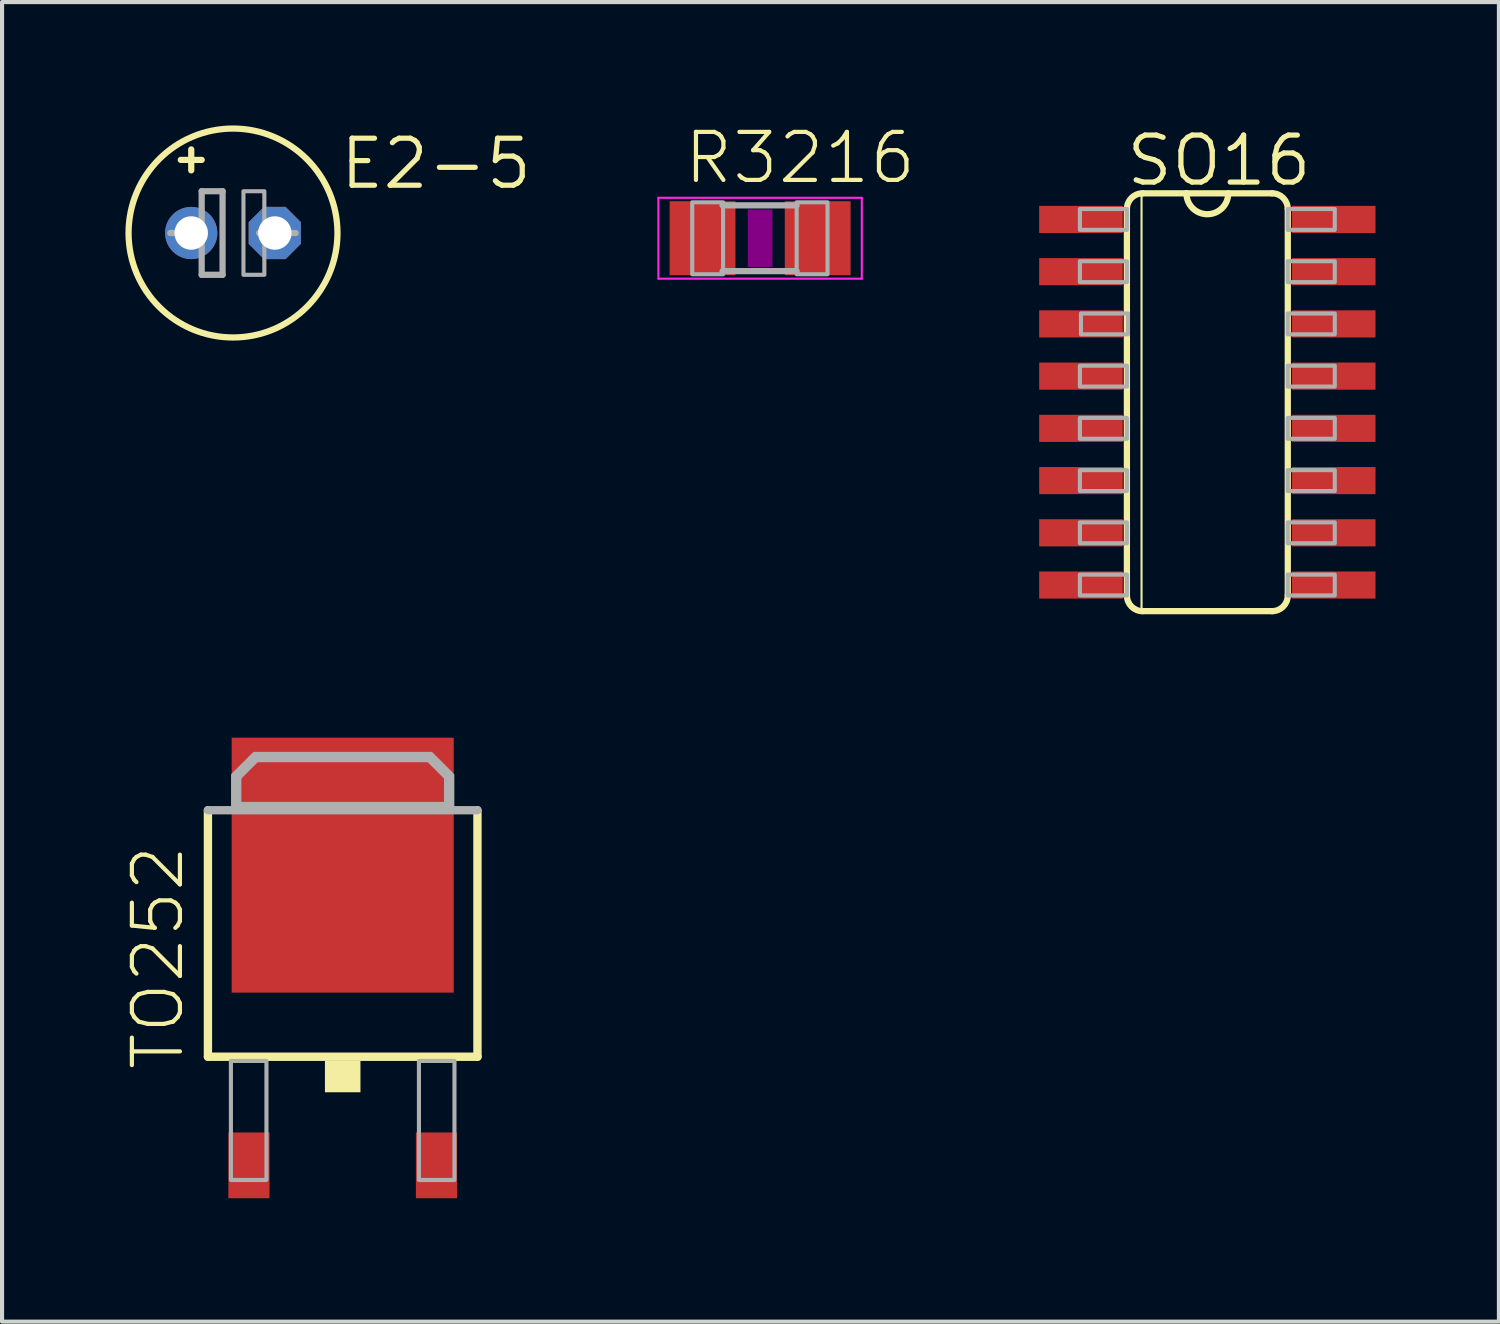
<source format=kicad_pcb>
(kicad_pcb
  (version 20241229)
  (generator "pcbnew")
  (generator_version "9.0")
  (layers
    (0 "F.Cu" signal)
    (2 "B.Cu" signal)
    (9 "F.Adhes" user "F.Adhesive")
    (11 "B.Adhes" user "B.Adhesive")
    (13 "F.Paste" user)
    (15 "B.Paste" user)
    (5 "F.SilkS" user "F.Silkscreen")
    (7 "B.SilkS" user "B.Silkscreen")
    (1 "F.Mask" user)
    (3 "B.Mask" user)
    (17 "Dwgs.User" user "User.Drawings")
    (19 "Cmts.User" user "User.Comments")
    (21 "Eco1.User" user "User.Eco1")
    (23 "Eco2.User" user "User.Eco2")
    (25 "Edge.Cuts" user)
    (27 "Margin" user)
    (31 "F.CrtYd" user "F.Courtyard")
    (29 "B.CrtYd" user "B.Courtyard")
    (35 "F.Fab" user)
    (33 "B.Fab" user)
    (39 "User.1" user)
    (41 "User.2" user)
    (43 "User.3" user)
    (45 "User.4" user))
  (footprint "E2-5"
    (layer "F.Cu")
    (at 2.616 2.616)
    (property "Reference" "E2-5" (at 2.54 -1.016 0) (layer "F.SilkS") (effects (font (size 1.143 1.143) (thickness 0.127)) (justify left bottom)))
    (fp_line (start -1.27 -1.778) (end -0.762 -1.778) (stroke (width 0.152) (type solid)) (layer "F.SilkS"))
    (fp_line (start -1.016 -1.524) (end -1.016 -2.032) (stroke (width 0.152) (type solid)) (layer "F.SilkS"))
    (fp_circle (center 0 0) (end 2.54 0) (stroke (width 0.152) (type solid)) (fill no) (layer "F.SilkS"))
    (fp_line (start -1.524 0) (end -0.762 0) (stroke (width 0.152) (type solid)) (layer "F.Fab"))
    (fp_line (start -0.762 -1.016) (end -0.762 0) (stroke (width 0.152) (type solid)) (layer "F.Fab"))
    (fp_line (start -0.762 0) (end -0.762 1.016) (stroke (width 0.152) (type solid)) (layer "F.Fab"))
    (fp_line (start -0.762 1.016) (end -0.254 1.016) (stroke (width 0.152) (type solid)) (layer "F.Fab"))
    (fp_line (start -0.254 -1.016) (end -0.762 -1.016) (stroke (width 0.152) (type solid)) (layer "F.Fab"))
    (fp_line (start -0.254 1.016) (end -0.254 -1.016) (stroke (width 0.152) (type solid)) (layer "F.Fab"))
    (fp_line (start 0.635 0) (end 1.524 0) (stroke (width 0.152) (type solid)) (layer "F.Fab"))
    (fp_poly (pts (xy 0.254 1.016) (xy 0.762 1.016) (xy 0.762 -1.016) (xy 0.254 -1.016)) (stroke (width 0.1) (type solid)) (fill no) (layer "F.Fab"))
    (pad "+" thru_hole circle (at -1.016 0) (size 1.27 1.27) (drill 0.813) (layers "*.Cu" "*.Mask"))
    (pad "-" thru_hole roundrect (at 1.016 0) (size 1.27 1.27) (drill 0.813) (layers "*.Cu" "*.Mask") (roundrect_rratio 0.25) (chamfer_ratio 0.293) (chamfer top_left top_right bottom_left bottom_right)))
  (footprint "SO16"
    (layer "F.Cu")
    (at 23.768 2.286)
    (property "Reference" "SO16" (at 0.508 -0.762 0) (layer "F.SilkS") (effects (font (size 1.143 1.143) (thickness 0.127)) (justify left bottom)))
    (fp_line (start 0.584 -0.254) (end 0.584 9.144) (stroke (width 0.152) (type solid)) (layer "F.SilkS"))
    (fp_line (start 0.94 -0.635) (end 0.94 9.525) (stroke (width 0.051) (type solid)) (layer "F.SilkS"))
    (fp_line (start 0.965 9.525) (end 4.115 9.525) (stroke (width 0.152) (type solid)) (layer "F.SilkS"))
    (fp_line (start 2.032 -0.635) (end 0.965 -0.635) (stroke (width 0.152) (type solid)) (layer "F.SilkS"))
    (fp_line (start 3.048 -0.635) (end 2.032 -0.635) (stroke (width 0.152) (type solid)) (layer "F.SilkS"))
    (fp_line (start 4.115 -0.635) (end 3.048 -0.635) (stroke (width 0.152) (type solid)) (layer "F.SilkS"))
    (fp_line (start 4.496 9.144) (end 4.496 -0.254) (stroke (width 0.152) (type solid)) (layer "F.SilkS"))
    (fp_arc (start 0.584199 -0.253999) (mid 0.695792 -0.523407) (end 0.9652 -0.635) (stroke (width 0.1524) (type solid)) (layer "F.SilkS"))
    (fp_arc (start 0.9652 9.525) (mid 0.695792 9.413408) (end 0.5842 9.144) (stroke (width 0.1524) (type solid)) (layer "F.SilkS"))
    (fp_arc (start 3.048 -0.635) (mid 2.54 -0.127) (end 2.032 -0.635) (stroke (width 0.1524) (type solid)) (layer "F.SilkS"))
    (fp_arc (start 4.1148 -0.635) (mid 4.384208 -0.523407) (end 4.495801 -0.253999) (stroke (width 0.1524) (type solid)) (layer "F.SilkS"))
    (fp_arc (start 4.4958 9.144) (mid 4.384208 9.413408) (end 4.1148 9.525) (stroke (width 0.1524) (type solid)) (layer "F.SilkS"))
    (fp_poly (pts (xy -0.559 -0.254) (xy -0.559 0.254) (xy 0.584 0.254) (xy 0.584 -0.254)) (stroke (width 0.1) (type solid)) (fill no) (layer "F.Fab"))
    (fp_poly (pts (xy -0.559 1.016) (xy -0.559 1.524) (xy 0.584 1.524) (xy 0.584 1.016)) (stroke (width 0.1) (type solid)) (fill no) (layer "F.Fab"))
    (fp_poly (pts (xy -0.559 3.556) (xy -0.559 4.064) (xy 0.584 4.064) (xy 0.584 3.556)) (stroke (width 0.1) (type solid)) (fill no) (layer "F.Fab"))
    (fp_poly (pts (xy -0.559 4.826) (xy -0.559 5.334) (xy 0.584 5.334) (xy 0.584 4.826)) (stroke (width 0.1) (type solid)) (fill no) (layer "F.Fab"))
    (fp_poly (pts (xy -0.559 6.096) (xy -0.559 6.604) (xy 0.584 6.604) (xy 0.584 6.096)) (stroke (width 0.1) (type solid)) (fill no) (layer "F.Fab"))
    (fp_poly (pts (xy -0.559 7.366) (xy -0.559 7.874) (xy 0.584 7.874) (xy 0.584 7.366)) (stroke (width 0.1) (type solid)) (fill no) (layer "F.Fab"))
    (fp_poly (pts (xy -0.559 8.636) (xy -0.559 9.144) (xy 0.584 9.144) (xy 0.584 8.636)) (stroke (width 0.1) (type solid)) (fill no) (layer "F.Fab"))
    (fp_poly (pts (xy -0.533 2.286) (xy -0.533 2.794) (xy 0.61 2.794) (xy 0.61 2.286)) (stroke (width 0.1) (type solid)) (fill no) (layer "F.Fab"))
    (fp_poly (pts (xy 4.496 -0.254) (xy 4.496 0.254) (xy 5.639 0.254) (xy 5.639 -0.254)) (stroke (width 0.1) (type solid)) (fill no) (layer "F.Fab"))
    (fp_poly (pts (xy 4.496 1.016) (xy 4.496 1.524) (xy 5.639 1.524) (xy 5.639 1.016)) (stroke (width 0.1) (type solid)) (fill no) (layer "F.Fab"))
    (fp_poly (pts (xy 4.496 2.286) (xy 4.496 2.794) (xy 5.639 2.794) (xy 5.639 2.286)) (stroke (width 0.1) (type solid)) (fill no) (layer "F.Fab"))
    (fp_poly (pts (xy 4.496 3.556) (xy 4.496 4.064) (xy 5.639 4.064) (xy 5.639 3.556)) (stroke (width 0.1) (type solid)) (fill no) (layer "F.Fab"))
    (fp_poly (pts (xy 4.496 4.826) (xy 4.496 5.334) (xy 5.639 5.334) (xy 5.639 4.826)) (stroke (width 0.1) (type solid)) (fill no) (layer "F.Fab"))
    (fp_poly (pts (xy 4.496 6.096) (xy 4.496 6.604) (xy 5.639 6.604) (xy 5.639 6.096)) (stroke (width 0.1) (type solid)) (fill no) (layer "F.Fab"))
    (fp_poly (pts (xy 4.496 7.366) (xy 4.496 7.874) (xy 5.639 7.874) (xy 5.639 7.366)) (stroke (width 0.1) (type solid)) (fill no) (layer "F.Fab"))
    (fp_poly (pts (xy 4.496 8.636) (xy 4.496 9.144) (xy 5.639 9.144) (xy 5.639 8.636)) (stroke (width 0.1) (type solid)) (fill no) (layer "F.Fab"))
    (pad "DIS" smd rect (at -0.533 5.08 270) (size 0.66 2.032) (layers "F.Cu" "F.Mask" "F.Paste"))
    (pad "LGND" smd rect (at -0.533 3.81 270) (size 0.66 2.032) (layers "F.Cu" "F.Mask" "F.Paste"))
    (pad "NC1" smd rect (at -0.533 6.35 270) (size 0.66 2.032) (layers "F.Cu" "F.Mask" "F.Paste"))
    (pad "NC2" smd rect (at -0.533 7.62 270) (size 0.66 2.032) (layers "F.Cu" "F.Mask" "F.Paste"))
    (pad "NC3" smd rect (at 5.613 5.08 270) (size 0.66 2.032) (layers "F.Cu" "F.Mask" "F.Paste"))
    (pad "NC4" smd rect (at 5.613 3.81 270) (size 0.66 2.032) (layers "F.Cu" "F.Mask" "F.Paste"))
    (pad "PGND" smd rect (at 5.613 8.89 270) (size 0.66 2.032) (layers "F.Cu" "F.Mask" "F.Paste"))
    (pad "VCC1" smd rect (at -0.533 2.54 270) (size 0.66 2.032) (layers "F.Cu" "F.Mask" "F.Paste"))
    (pad "VCC2" smd rect (at -0.533 8.89 270) (size 0.66 2.032) (layers "F.Cu" "F.Mask" "F.Paste"))
    (pad "VDDH" smd rect (at 5.613 0 270) (size 0.66 2.032) (layers "F.Cu" "F.Mask" "F.Paste"))
    (pad "VDDL" smd rect (at 5.613 6.35 270) (size 0.66 2.032) (layers "F.Cu" "F.Mask" "F.Paste"))
    (pad "VIH" smd rect (at -0.533 0 270) (size 0.66 2.032) (layers "F.Cu" "F.Mask" "F.Paste"))
    (pad "VIL" smd rect (at -0.533 1.27 270) (size 0.66 2.032) (layers "F.Cu" "F.Mask" "F.Paste"))
    (pad "VOH" smd rect (at 5.613 1.27 270) (size 0.66 2.032) (layers "F.Cu" "F.Mask" "F.Paste"))
    (pad "VOL" smd rect (at 5.613 7.62 270) (size 0.66 2.032) (layers "F.Cu" "F.Mask" "F.Paste"))
    (pad "VS" smd rect (at 5.613 2.54 270) (size 0.66 2.032) (layers "F.Cu" "F.Mask" "F.Paste")))
  (footprint "R3216"
    (layer "F.Cu")
    (at 15.433 2.743)
    (property "Reference" "R3216" (at -1.905 -1.27 0) (layer "F.SilkS") (effects (font (size 1.168 1.168) (thickness 0.102)) (justify left bottom)))
    (fp_poly (pts (xy -0.3 0.7) (xy 0.3 0.7) (xy 0.3 -0.7) (xy -0.3 -0.7)) (stroke (width 0) (type solid)) (fill yes) (layer "F.Adhes"))
    (fp_line (start -2.473 -0.983) (end 2.473 -0.983) (stroke (width 0.051) (type solid)) (layer "F.CrtYd"))
    (fp_line (start -2.473 0.983) (end -2.473 -0.983) (stroke (width 0.051) (type solid)) (layer "F.CrtYd"))
    (fp_line (start 2.473 -0.983) (end 2.473 0.983) (stroke (width 0.051) (type solid)) (layer "F.CrtYd"))
    (fp_line (start 2.473 0.983) (end -2.473 0.983) (stroke (width 0.051) (type solid)) (layer "F.CrtYd"))
    (fp_line (start -0.913 -0.8) (end 0.888 -0.8) (stroke (width 0.152) (type solid)) (layer "F.Fab"))
    (fp_line (start -0.913 0.8) (end 0.888 0.8) (stroke (width 0.152) (type solid)) (layer "F.Fab"))
    (fp_poly (pts (xy -1.651 0.876) (xy -0.901 0.876) (xy -0.901 -0.874) (xy -1.651 -0.874)) (stroke (width 0.1) (type solid)) (fill no) (layer "F.Fab"))
    (fp_poly (pts (xy 0.889 0.876) (xy 1.639 0.876) (xy 1.639 -0.874) (xy 0.889 -0.874)) (stroke (width 0.1) (type solid)) (fill no) (layer "F.Fab"))
    (pad "1" smd rect (at -1.4 0) (size 1.6 1.8) (layers "F.Cu" "F.Mask" "F.Paste"))
    (pad "2" smd rect (at 1.4 0) (size 1.6 1.8) (layers "F.Cu" "F.Mask" "F.Paste")))
  (footprint "TO252"
    (layer "F.Cu")
    (at 5.283 20.487)
    (property "Reference" "TO252" (at -3.81 2.54 90) (layer "F.SilkS") (effects (font (size 1.168 1.168) (thickness 0.102)) (justify left bottom)))
    (fp_line (start -3.277 2.159) (end -3.277 -3.835) (stroke (width 0.203) (type solid)) (layer "F.SilkS"))
    (fp_line (start 3.277 -3.835) (end 3.277 2.159) (stroke (width 0.203) (type solid)) (layer "F.SilkS"))
    (fp_line (start 3.277 2.159) (end -3.277 2.159) (stroke (width 0.203) (type solid)) (layer "F.SilkS"))
    (fp_poly (pts (xy -0.432 3.023) (xy 0.432 3.023) (xy 0.432 2.261) (xy -0.432 2.261)) (stroke (width 0) (type solid)) (fill yes) (layer "F.SilkS"))
    (fp_line (start -3.277 -3.835) (end 3.277 -3.835) (stroke (width 0.203) (type solid)) (layer "F.Fab"))
    (fp_line (start -2.565 -4.648) (end -2.108 -5.105) (stroke (width 0.203) (type solid)) (layer "F.Fab"))
    (fp_line (start -2.565 -3.937) (end -2.565 -4.648) (stroke (width 0.203) (type solid)) (layer "F.Fab"))
    (fp_line (start -2.108 -5.105) (end 2.108 -5.105) (stroke (width 0.203) (type solid)) (layer "F.Fab"))
    (fp_line (start 2.108 -5.105) (end 2.565 -4.648) (stroke (width 0.203) (type solid)) (layer "F.Fab"))
    (fp_line (start 2.565 -4.648) (end 2.565 -3.937) (stroke (width 0.203) (type solid)) (layer "F.Fab"))
    (fp_line (start 2.565 -3.937) (end -2.565 -3.937) (stroke (width 0.203) (type solid)) (layer "F.Fab"))
    (fp_poly (pts (xy -2.718 5.156) (xy -1.854 5.156) (xy -1.854 2.261) (xy -2.718 2.261)) (stroke (width 0.1) (type solid)) (fill no) (layer "F.Fab"))
    (fp_poly (pts (xy 1.854 5.156) (xy 2.718 5.156) (xy 2.718 2.261) (xy 1.854 2.261)) (stroke (width 0.1) (type solid)) (fill no) (layer "F.Fab"))
    (fp_poly (pts (xy 2.665 -4.69) (xy 2.665 -3.837) (xy -2.665 -3.837) (xy -2.665 -4.69) (xy -2.15 -5.205) (xy 2.15 -5.205)) (stroke (width 0.1) (type solid)) (fill no) (layer "F.Fab"))
    (pad "1" smd rect (at -2.28 4.8) (size 1 1.6) (layers "F.Cu" "F.Mask" "F.Paste"))
    (pad "2" smd rect (at 0 -2.5) (size 5.4 6.2) (layers "F.Cu" "F.Mask" "F.Paste"))
    (pad "3" smd rect (at 2.28 4.8) (size 1 1.6) (layers "F.Cu" "F.Mask" "F.Paste")))
  (gr_rect
    (start -3 -3)
    (end 33.398 29.087)
    (stroke (width 0.1) (type default))
    (fill no)
    (layer "Edge.Cuts")))
</source>
